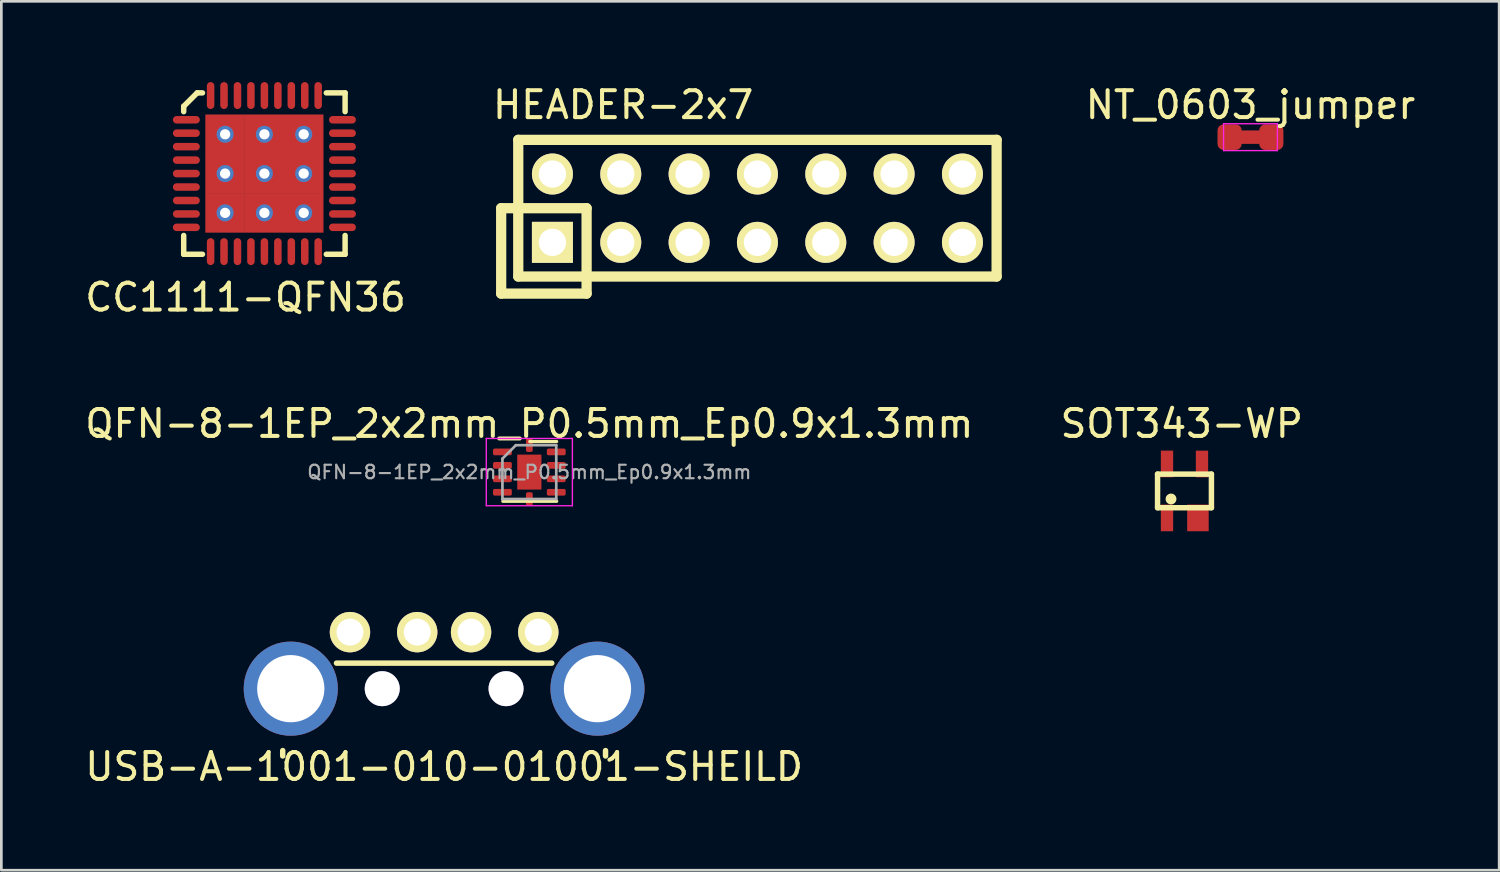
<source format=kicad_pcb>
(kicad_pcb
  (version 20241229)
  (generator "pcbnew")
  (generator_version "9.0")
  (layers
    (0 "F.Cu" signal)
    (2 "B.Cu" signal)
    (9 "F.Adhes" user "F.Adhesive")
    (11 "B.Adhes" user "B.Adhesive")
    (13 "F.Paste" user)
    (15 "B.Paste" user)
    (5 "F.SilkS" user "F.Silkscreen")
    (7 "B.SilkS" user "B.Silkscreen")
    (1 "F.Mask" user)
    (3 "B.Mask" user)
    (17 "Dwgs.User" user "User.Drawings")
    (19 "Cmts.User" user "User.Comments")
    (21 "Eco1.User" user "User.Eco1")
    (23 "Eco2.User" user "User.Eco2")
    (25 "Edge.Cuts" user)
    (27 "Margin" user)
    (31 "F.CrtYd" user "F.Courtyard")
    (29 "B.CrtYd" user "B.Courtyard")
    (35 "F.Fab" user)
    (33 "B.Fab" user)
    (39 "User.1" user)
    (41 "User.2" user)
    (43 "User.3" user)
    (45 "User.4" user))
  (footprint "USB-A-1001-010-01001-SHEILD"
    (layer "F.Cu")
    (at 13.458 22.597)
    (property "Reference" "USB-A-1001-010-01001-SHEILD" (at 0 2.85 0) (unlocked yes) (layer "F.SilkS") (effects (font (size 1 1) (thickness 0.15))))
    (attr smd)
    (fp_line (start -6 2.452) (end -6 2.251) (stroke (width 0.203) (type solid)) (layer "F.SilkS"))
    (fp_line (start 4 -1) (end -4.001 -1) (stroke (width 0.203) (type solid)) (layer "F.SilkS"))
    (fp_line (start 5.999 2.452) (end 5.999 2.251) (stroke (width 0.203) (type solid)) (layer "F.SilkS"))
    (pad "" thru_hole circle (at -2.301 -0.05) (size 1.3 1.3) (drill 1.3) (layers "*.Cu" "*.Mask"))
    (pad "" thru_hole circle (at 2.301 -0.05) (size 1.3 1.3) (drill 1.3) (layers "*.Cu" "*.Mask"))
    (pad "1" thru_hole circle (at 3.5 -2.151) (size 1.501 1.501) (drill 1.001) (layers "*.Cu" "*.Mask" "F.SilkS"))
    (pad "2" thru_hole circle (at 1.001 -2.151) (size 1.501 1.501) (drill 1.001) (layers "*.Cu" "*.Mask" "F.SilkS"))
    (pad "3" thru_hole circle (at -1.001 -2.151) (size 1.501 1.501) (drill 1.001) (layers "*.Cu" "*.Mask" "F.SilkS"))
    (pad "4" thru_hole circle (at -3.5 -2.151) (size 1.501 1.501) (drill 1.001) (layers "*.Cu" "*.Mask" "F.SilkS"))
    (pad "5" thru_hole circle (at -5.7 -0.05) (size 3.5 3.5) (drill 2.499) (layers "*.Cu" "*.Mask"))
    (pad "5" thru_hole circle (at 5.7 -0.05) (size 3.5 3.5) (drill 2.499) (layers "*.Cu" "*.Mask")))
  (footprint "HEADER-2x7"
    (layer "F.Cu")
    (at 25.063 4.648)
    (property "Reference" "HEADER-2x7" (at -4.95 -3.8 0) (unlocked yes) (layer "F.SilkS") (effects (font (size 1 1) (thickness 0.15))))
    (attr smd)
    (fp_line (start -9.485 0.04) (end -9.485 3.215) (stroke (width 0.381) (type solid)) (layer "F.SilkS"))
    (fp_line (start -9.485 3.215) (end -6.31 3.215) (stroke (width 0.381) (type solid)) (layer "F.SilkS"))
    (fp_line (start -8.85 2.58) (end -8.85 -2.5) (stroke (width 0.381) (type solid)) (layer "F.SilkS"))
    (fp_line (start -8.85 2.58) (end 8.93 2.58) (stroke (width 0.381) (type solid)) (layer "F.SilkS"))
    (fp_line (start -6.31 0.04) (end -9.485 0.04) (stroke (width 0.381) (type solid)) (layer "F.SilkS"))
    (fp_line (start -6.31 3.215) (end -6.31 0.04) (stroke (width 0.381) (type solid)) (layer "F.SilkS"))
    (fp_line (start 8.93 -2.5) (end -8.85 -2.5) (stroke (width 0.381) (type solid)) (layer "F.SilkS"))
    (fp_line (start 8.93 2.58) (end 8.93 -2.5) (stroke (width 0.381) (type solid)) (layer "F.SilkS"))
    (pad "1" thru_hole rect (at -7.58 1.31) (size 1.524 1.524) (drill 1.016) (layers "*.Cu" "*.Mask" "F.SilkS"))
    (pad "2" thru_hole circle (at -7.58 -1.23) (size 1.524 1.524) (drill 1.016) (layers "*.Cu" "*.Mask" "F.SilkS"))
    (pad "3" thru_hole circle (at -5.04 1.31) (size 1.524 1.524) (drill 1.016) (layers "*.Cu" "*.Mask" "F.SilkS"))
    (pad "4" thru_hole circle (at -5.04 -1.23) (size 1.524 1.524) (drill 1.016) (layers "*.Cu" "*.Mask" "F.SilkS"))
    (pad "5" thru_hole circle (at -2.5 1.31) (size 1.524 1.524) (drill 1.016) (layers "*.Cu" "*.Mask" "F.SilkS"))
    (pad "6" thru_hole circle (at -2.5 -1.23) (size 1.524 1.524) (drill 1.016) (layers "*.Cu" "*.Mask" "F.SilkS"))
    (pad "7" thru_hole circle (at 0.04 1.31) (size 1.524 1.524) (drill 1.016) (layers "*.Cu" "*.Mask" "F.SilkS"))
    (pad "8" thru_hole circle (at 0.04 -1.23) (size 1.524 1.524) (drill 1.016) (layers "*.Cu" "*.Mask" "F.SilkS"))
    (pad "9" thru_hole circle (at 2.58 1.31) (size 1.524 1.524) (drill 1.016) (layers "*.Cu" "*.Mask" "F.SilkS"))
    (pad "10" thru_hole circle (at 2.58 -1.23) (size 1.524 1.524) (drill 1.016) (layers "*.Cu" "*.Mask" "F.SilkS"))
    (pad "11" thru_hole circle (at 5.12 1.31) (size 1.524 1.524) (drill 1.016) (layers "*.Cu" "*.Mask" "F.SilkS"))
    (pad "12" thru_hole circle (at 5.12 -1.23) (size 1.524 1.524) (drill 1.016) (layers "*.Cu" "*.Mask" "F.SilkS"))
    (pad "13" thru_hole circle (at 7.66 1.31) (size 1.524 1.524) (drill 1.016) (layers "*.Cu" "*.Mask" "F.SilkS"))
    (pad "14" thru_hole circle (at 7.66 -1.23) (size 1.524 1.524) (drill 1.016) (layers "*.Cu" "*.Mask" "F.SilkS")))
  (footprint "QFN-8-1EP_2x2mm_P0.5mm_Ep0.9x1.3mm"
    (layer "F.Cu")
    (at 16.625 14.497)
    (property "Reference" "QFN-8-1EP_2x2mm_P0.5mm_Ep0.9x1.3mm" (at 0 -1.8 0) (unlocked yes) (layer "F.SilkS") (effects (font (size 1 1) (thickness 0.15))))
    (attr smd)
    (fp_line (start -0.985 1.085) (end 1.015 1.085) (stroke (width 0.12) (type solid)) (layer "F.SilkS"))
    (fp_line (start 0.015 -1.135) (end 1.015 -1.135) (stroke (width 0.12) (type solid)) (layer "F.SilkS"))
    (fp_line (start -1.6 -1.25) (end -1.6 1.25) (stroke (width 0.05) (type solid)) (layer "F.CrtYd"))
    (fp_line (start -1.6 1.25) (end 1.6 1.25) (stroke (width 0.05) (type solid)) (layer "F.CrtYd"))
    (fp_line (start 1.6 -1.25) (end -1.6 -1.25) (stroke (width 0.05) (type solid)) (layer "F.CrtYd"))
    (fp_line (start 1.6 1.25) (end 1.6 -1.25) (stroke (width 0.05) (type solid)) (layer "F.CrtYd"))
    (fp_line (start -1 -0.5) (end -0.5 -1) (stroke (width 0.1) (type solid)) (layer "F.Fab"))
    (fp_line (start -1 1) (end -1 -0.5) (stroke (width 0.1) (type solid)) (layer "F.Fab"))
    (fp_line (start -0.5 -1) (end 1 -1) (stroke (width 0.1) (type solid)) (layer "F.Fab"))
    (fp_line (start 1 -1) (end 1 1) (stroke (width 0.1) (type solid)) (layer "F.Fab"))
    (fp_line (start 1 1) (end -1 1) (stroke (width 0.1) (type solid)) (layer "F.Fab"))
    (fp_text user "${REFERENCE}" (at 0 0 0) (layer "F.Fab") (effects (font (size 0.5 0.5) (thickness 0.08))))
    (pad "" smd roundrect (at -0.225 -0.325) (size 0.36 0.52) (layers "F.Paste") (roundrect_rratio 0.25))
    (pad "" smd roundrect (at -0.225 0.325) (size 0.36 0.52) (layers "F.Paste") (roundrect_rratio 0.25))
    (pad "" smd roundrect (at 0.225 -0.325) (size 0.36 0.52) (layers "F.Paste") (roundrect_rratio 0.25))
    (pad "" smd roundrect (at 0.225 0.325) (size 0.36 0.52) (layers "F.Paste") (roundrect_rratio 0.25))
    (pad "1" smd roundrect (at -1 -0.75) (size 0.7 0.25) (layers "F.Cu" "F.Mask" "F.Paste") (roundrect_rratio 0.25))
    (pad "2" smd roundrect (at -1 -0.25) (size 0.7 0.25) (layers "F.Cu" "F.Mask" "F.Paste") (roundrect_rratio 0.25))
    (pad "3" smd roundrect (at -1 0.25) (size 0.7 0.25) (layers "F.Cu" "F.Mask" "F.Paste") (roundrect_rratio 0.25))
    (pad "4" smd roundrect (at -1 0.75) (size 0.7 0.25) (layers "F.Cu" "F.Mask" "F.Paste") (roundrect_rratio 0.25))
    (pad "5" smd roundrect (at 1 0.75) (size 0.7 0.25) (layers "F.Cu" "F.Mask" "F.Paste") (roundrect_rratio 0.25))
    (pad "6" smd roundrect (at 1 0.25) (size 0.7 0.25) (layers "F.Cu" "F.Mask" "F.Paste") (roundrect_rratio 0.25))
    (pad "7" smd roundrect (at 1 -0.25) (size 0.7 0.25) (layers "F.Cu" "F.Mask" "F.Paste") (roundrect_rratio 0.25))
    (pad "8" smd roundrect (at 1 -0.75) (size 0.7 0.25) (layers "F.Cu" "F.Mask" "F.Paste") (roundrect_rratio 0.25))
    (pad "9" smd rect (at 0 0) (size 0.9 1.3) (layers "F.Cu" "F.Mask"))
    (pad "GND" smd roundrect (at 0 -1) (size 0.25 0.5) (layers "F.Cu" "F.Mask" "F.Paste") (roundrect_rratio 0.25))
    (pad "GND" smd roundrect (at 0 1) (size 0.25 0.5) (layers "F.Cu" "F.Mask" "F.Paste") (roundrect_rratio 0.25)))
  (footprint "NT_0603_jumper"
    (layer "F.Cu")
    (at 43.428 2.048)
    (property "Reference" "NT_0603_jumper" (at 0 -1.2 0) (layer "F.SilkS") (effects (font (size 1 1) (thickness 0.15))))
    (attr exclude_from_pos_files exclude_from_bom)
    (fp_poly (pts (xy -0.5 -0.25) (xy 0.5 -0.25) (xy 0.5 0.25) (xy -0.5 0.25)) (stroke (width 0) (type solid)) (fill yes) (layer "F.Cu"))
    (fp_line (start -1 -0.5) (end -1 0.5) (stroke (width 0.05) (type solid)) (layer "F.CrtYd"))
    (fp_line (start -1 0.5) (end 1 0.5) (stroke (width 0.05) (type solid)) (layer "F.CrtYd"))
    (fp_line (start 1 -0.5) (end -1 -0.5) (stroke (width 0.05) (type solid)) (layer "F.CrtYd"))
    (fp_line (start 1 0.5) (end 1 -0.5) (stroke (width 0.05) (type solid)) (layer "F.CrtYd"))
    (pad "1" smd roundrect (at -0.775 0) (size 0.9 0.95) (layers "F.Cu" "F.Mask" "F.Paste") (roundrect_rratio 0.25))
    (pad "1" smd circle (at -0.5 0) (size 0.5 0.5) (layers "F.Cu"))
    (pad "2" smd circle (at 0.5 0) (size 0.5 0.5) (layers "F.Cu"))
    (pad "2" smd roundrect (at 0.775 0) (size 0.9 0.95) (layers "F.Cu" "F.Mask" "F.Paste") (roundrect_rratio 0.25)))
  (footprint "CC1111-QFN36"
    (layer "F.Cu")
    (at 6.777 3.401)
    (property "Reference" "CC1111-QFN36" (at -0.7 4.6 0) (unlocked yes) (layer "F.SilkS") (effects (font (size 1 1) (thickness 0.15))))
    (attr smd)
    (fp_line (start -2.999 -2.499) (end -2.499 -2.999) (stroke (width 0.203) (type solid)) (layer "F.SilkS"))
    (fp_line (start -2.999 -2.301) (end -2.999 -2.499) (stroke (width 0.203) (type solid)) (layer "F.SilkS"))
    (fp_line (start -2.999 2.301) (end -2.999 3) (stroke (width 0.203) (type solid)) (layer "F.SilkS"))
    (fp_line (start -2.999 3) (end -2.301 3) (stroke (width 0.203) (type solid)) (layer "F.SilkS"))
    (fp_line (start -2.499 -2.999) (end -2.301 -2.999) (stroke (width 0.203) (type solid)) (layer "F.SilkS"))
    (fp_line (start 2.301 3) (end 3 3) (stroke (width 0.203) (type solid)) (layer "F.SilkS"))
    (fp_line (start 3 -2.999) (end 2.301 -2.999) (stroke (width 0.203) (type solid)) (layer "F.SilkS"))
    (fp_line (start 3 -2.301) (end 3 -2.999) (stroke (width 0.203) (type solid)) (layer "F.SilkS"))
    (fp_line (start 3 3) (end 3 2.301) (stroke (width 0.203) (type solid)) (layer "F.SilkS"))
    (pad "0" thru_hole circle (at -1.46 -1.46) (size 0.635 0.635) (drill 0.381) (layers "*.Cu" "*.Mask"))
    (pad "0" smd rect (at -1.46 -1.46) (size 1.471 1.471) (layers "F.Cu" "F.Mask" "F.Paste"))
    (pad "0" thru_hole circle (at -1.46 0.00026) (size 0.635 0.635) (drill 0.381) (layers "*.Cu" "*.Mask"))
    (pad "0" smd rect (at -1.46 0.00026) (size 1.471 1.471) (layers "F.Cu" "F.Mask" "F.Paste"))
    (pad "0" thru_hole circle (at -1.46 1.461) (size 0.635 0.635) (drill 0.381) (layers "*.Cu" "*.Mask"))
    (pad "0" smd rect (at -1.46 1.461) (size 1.471 1.471) (layers "F.Cu" "F.Mask" "F.Paste"))
    (pad "0" thru_hole circle (at 0.00026 -1.46) (size 0.635 0.635) (drill 0.381) (layers "*.Cu" "*.Mask"))
    (pad "0" smd rect (at 0.00026 -1.46) (size 1.471 1.471) (layers "F.Cu" "F.Mask" "F.Paste"))
    (pad "0" thru_hole circle (at 0.00026 0.00026) (size 0.635 0.635) (drill 0.381) (layers "*.Cu" "*.Mask"))
    (pad "0" smd rect (at 0.00026 0.00026) (size 1.471 1.471) (layers "F.Cu" "F.Mask" "F.Paste"))
    (pad "0" thru_hole circle (at 0.00026 1.461) (size 0.635 0.635) (drill 0.381) (layers "*.Cu" "*.Mask"))
    (pad "0" smd rect (at 0.00026 1.461) (size 1.471 1.471) (layers "F.Cu" "F.Mask" "F.Paste"))
    (pad "0" thru_hole circle (at 1.461 -1.46) (size 0.635 0.635) (drill 0.381) (layers "*.Cu" "*.Mask"))
    (pad "0" smd rect (at 1.461 -1.46) (size 1.471 1.471) (layers "F.Cu" "F.Mask" "F.Paste"))
    (pad "0" thru_hole circle (at 1.461 0.00026) (size 0.635 0.635) (drill 0.381) (layers "*.Cu" "*.Mask"))
    (pad "0" smd rect (at 1.461 0.00026) (size 1.471 1.471) (layers "F.Cu" "F.Mask" "F.Paste"))
    (pad "0" thru_hole circle (at 1.461 1.461) (size 0.635 0.635) (drill 0.381) (layers "*.Cu" "*.Mask"))
    (pad "0" smd rect (at 1.461 1.461) (size 1.471 1.471) (layers "F.Cu" "F.Mask" "F.Paste"))
    (pad "1" smd oval (at -2.9 -1.999) (size 1.001 0.279) (layers "F.Cu" "F.Mask" "F.Paste"))
    (pad "2" smd oval (at -2.9 -1.501) (size 1.001 0.279) (layers "F.Cu" "F.Mask" "F.Paste"))
    (pad "3" smd oval (at -2.9 -1) (size 1.001 0.279) (layers "F.Cu" "F.Mask" "F.Paste"))
    (pad "4" smd oval (at -2.9 -0.5) (size 1.001 0.279) (layers "F.Cu" "F.Mask" "F.Paste"))
    (pad "5" smd oval (at -2.9 0.00026) (size 1.001 0.279) (layers "F.Cu" "F.Mask" "F.Paste"))
    (pad "6" smd oval (at -2.9 0.501) (size 1.001 0.279) (layers "F.Cu" "F.Mask" "F.Paste"))
    (pad "7" smd oval (at -2.9 1.001) (size 1.001 0.279) (layers "F.Cu" "F.Mask" "F.Paste"))
    (pad "8" smd oval (at -2.9 1.501) (size 1.001 0.279) (layers "F.Cu" "F.Mask" "F.Paste"))
    (pad "9" smd oval (at -2.9 1.999) (size 1.001 0.279) (layers "F.Cu" "F.Mask" "F.Paste"))
    (pad "10" smd oval (at -1.999 2.901 90) (size 1.001 0.279) (layers "F.Cu" "F.Mask" "F.Paste"))
    (pad "11" smd oval (at -1.501 2.901 90) (size 1.001 0.279) (layers "F.Cu" "F.Mask" "F.Paste"))
    (pad "12" smd oval (at -1 2.901 90) (size 1.001 0.279) (layers "F.Cu" "F.Mask" "F.Paste"))
    (pad "13" smd oval (at -0.5 2.901 90) (size 1.001 0.279) (layers "F.Cu" "F.Mask" "F.Paste"))
    (pad "14" smd oval (at 0.00026 2.901 90) (size 1.001 0.279) (layers "F.Cu" "F.Mask" "F.Paste"))
    (pad "15" smd oval (at 0.501 2.901 90) (size 1.001 0.279) (layers "F.Cu" "F.Mask" "F.Paste"))
    (pad "16" smd oval (at 1.001 2.901 90) (size 1.001 0.279) (layers "F.Cu" "F.Mask" "F.Paste"))
    (pad "17" smd oval (at 1.501 2.901 90) (size 1.001 0.279) (layers "F.Cu" "F.Mask" "F.Paste"))
    (pad "18" smd oval (at 1.999 2.901 90) (size 1.001 0.279) (layers "F.Cu" "F.Mask" "F.Paste"))
    (pad "19" smd oval (at 2.901 1.999) (size 1.001 0.279) (layers "F.Cu" "F.Mask" "F.Paste"))
    (pad "20" smd oval (at 2.901 1.501) (size 1.001 0.279) (layers "F.Cu" "F.Mask" "F.Paste"))
    (pad "21" smd oval (at 2.901 1.001) (size 1.001 0.279) (layers "F.Cu" "F.Mask" "F.Paste"))
    (pad "22" smd oval (at 2.901 0.501) (size 1.001 0.279) (layers "F.Cu" "F.Mask" "F.Paste"))
    (pad "23" smd oval (at 2.901 0.00026) (size 1.001 0.279) (layers "F.Cu" "F.Mask" "F.Paste"))
    (pad "24" smd oval (at 2.901 -0.5) (size 1.001 0.279) (layers "F.Cu" "F.Mask" "F.Paste"))
    (pad "25" smd oval (at 2.901 -1) (size 1.001 0.279) (layers "F.Cu" "F.Mask" "F.Paste"))
    (pad "26" smd oval (at 2.901 -1.501) (size 1.001 0.279) (layers "F.Cu" "F.Mask" "F.Paste"))
    (pad "27" smd oval (at 2.901 -1.999) (size 1.001 0.279) (layers "F.Cu" "F.Mask" "F.Paste"))
    (pad "28" smd oval (at 1.999 -2.9 90) (size 1.001 0.279) (layers "F.Cu" "F.Mask" "F.Paste"))
    (pad "29" smd oval (at 1.501 -2.9 90) (size 1.001 0.279) (layers "F.Cu" "F.Mask" "F.Paste"))
    (pad "30" smd oval (at 1.001 -2.9 90) (size 1.001 0.279) (layers "F.Cu" "F.Mask" "F.Paste"))
    (pad "31" smd oval (at 0.501 -2.9 90) (size 1.001 0.279) (layers "F.Cu" "F.Mask" "F.Paste"))
    (pad "32" smd oval (at 0.00026 -2.9 90) (size 1.001 0.279) (layers "F.Cu" "F.Mask" "F.Paste"))
    (pad "33" smd oval (at -0.5 -2.9 90) (size 1.001 0.279) (layers "F.Cu" "F.Mask" "F.Paste"))
    (pad "34" smd oval (at -1 -2.9 90) (size 1.001 0.279) (layers "F.Cu" "F.Mask" "F.Paste"))
    (pad "35" smd oval (at -1.501 -2.9 90) (size 1.001 0.279) (layers "F.Cu" "F.Mask" "F.Paste"))
    (pad "36" smd oval (at -1.999 -2.9 90) (size 1.001 0.279) (layers "F.Cu" "F.Mask" "F.Paste")))
  (footprint "SOT343-WP"
    (layer "F.Cu")
    (at 40.925 15.197)
    (property "Reference" "SOT343-WP" (at -0.05 -2.5 0) (unlocked yes) (layer "F.SilkS") (effects (font (size 1 1) (thickness 0.15))))
    (attr smd)
    (fp_line (start -0.95 -0.625) (end 1.052 -0.625) (stroke (width 0.203) (type solid)) (layer "F.SilkS"))
    (fp_line (start -0.95 0.625) (end -0.95 -0.625) (stroke (width 0.203) (type solid)) (layer "F.SilkS"))
    (fp_line (start 1.052 -0.625) (end 1.052 0.625) (stroke (width 0.203) (type solid)) (layer "F.SilkS"))
    (fp_line (start 1.052 0.625) (end -0.95 0.625) (stroke (width 0.203) (type solid)) (layer "F.SilkS"))
    (fp_circle (center -0.45 0.3) (end -0.348 0.3) (stroke (width 0.203) (type solid)) (fill no) (layer "F.SilkS"))
    (pad "1" smd rect (at -0.599 1.003) (size 0.457 0.991) (layers "F.Cu" "F.Mask" "F.Paste"))
    (pad "2" smd rect (at 0.551 1.003) (size 0.8 0.991) (layers "F.Cu" "F.Mask" "F.Paste"))
    (pad "3" smd rect (at 0.701 -1.001) (size 0.457 0.991) (layers "F.Cu" "F.Mask" "F.Paste"))
    (pad "4" smd rect (at -0.599 -1.003) (size 0.457 0.991) (layers "F.Cu" "F.Mask" "F.Paste")))
  (gr_rect
    (start -3 -3)
    (end 52.672 29.295)
    (stroke (width 0.1) (type default))
    (fill no)
    (layer "Edge.Cuts")))
</source>
